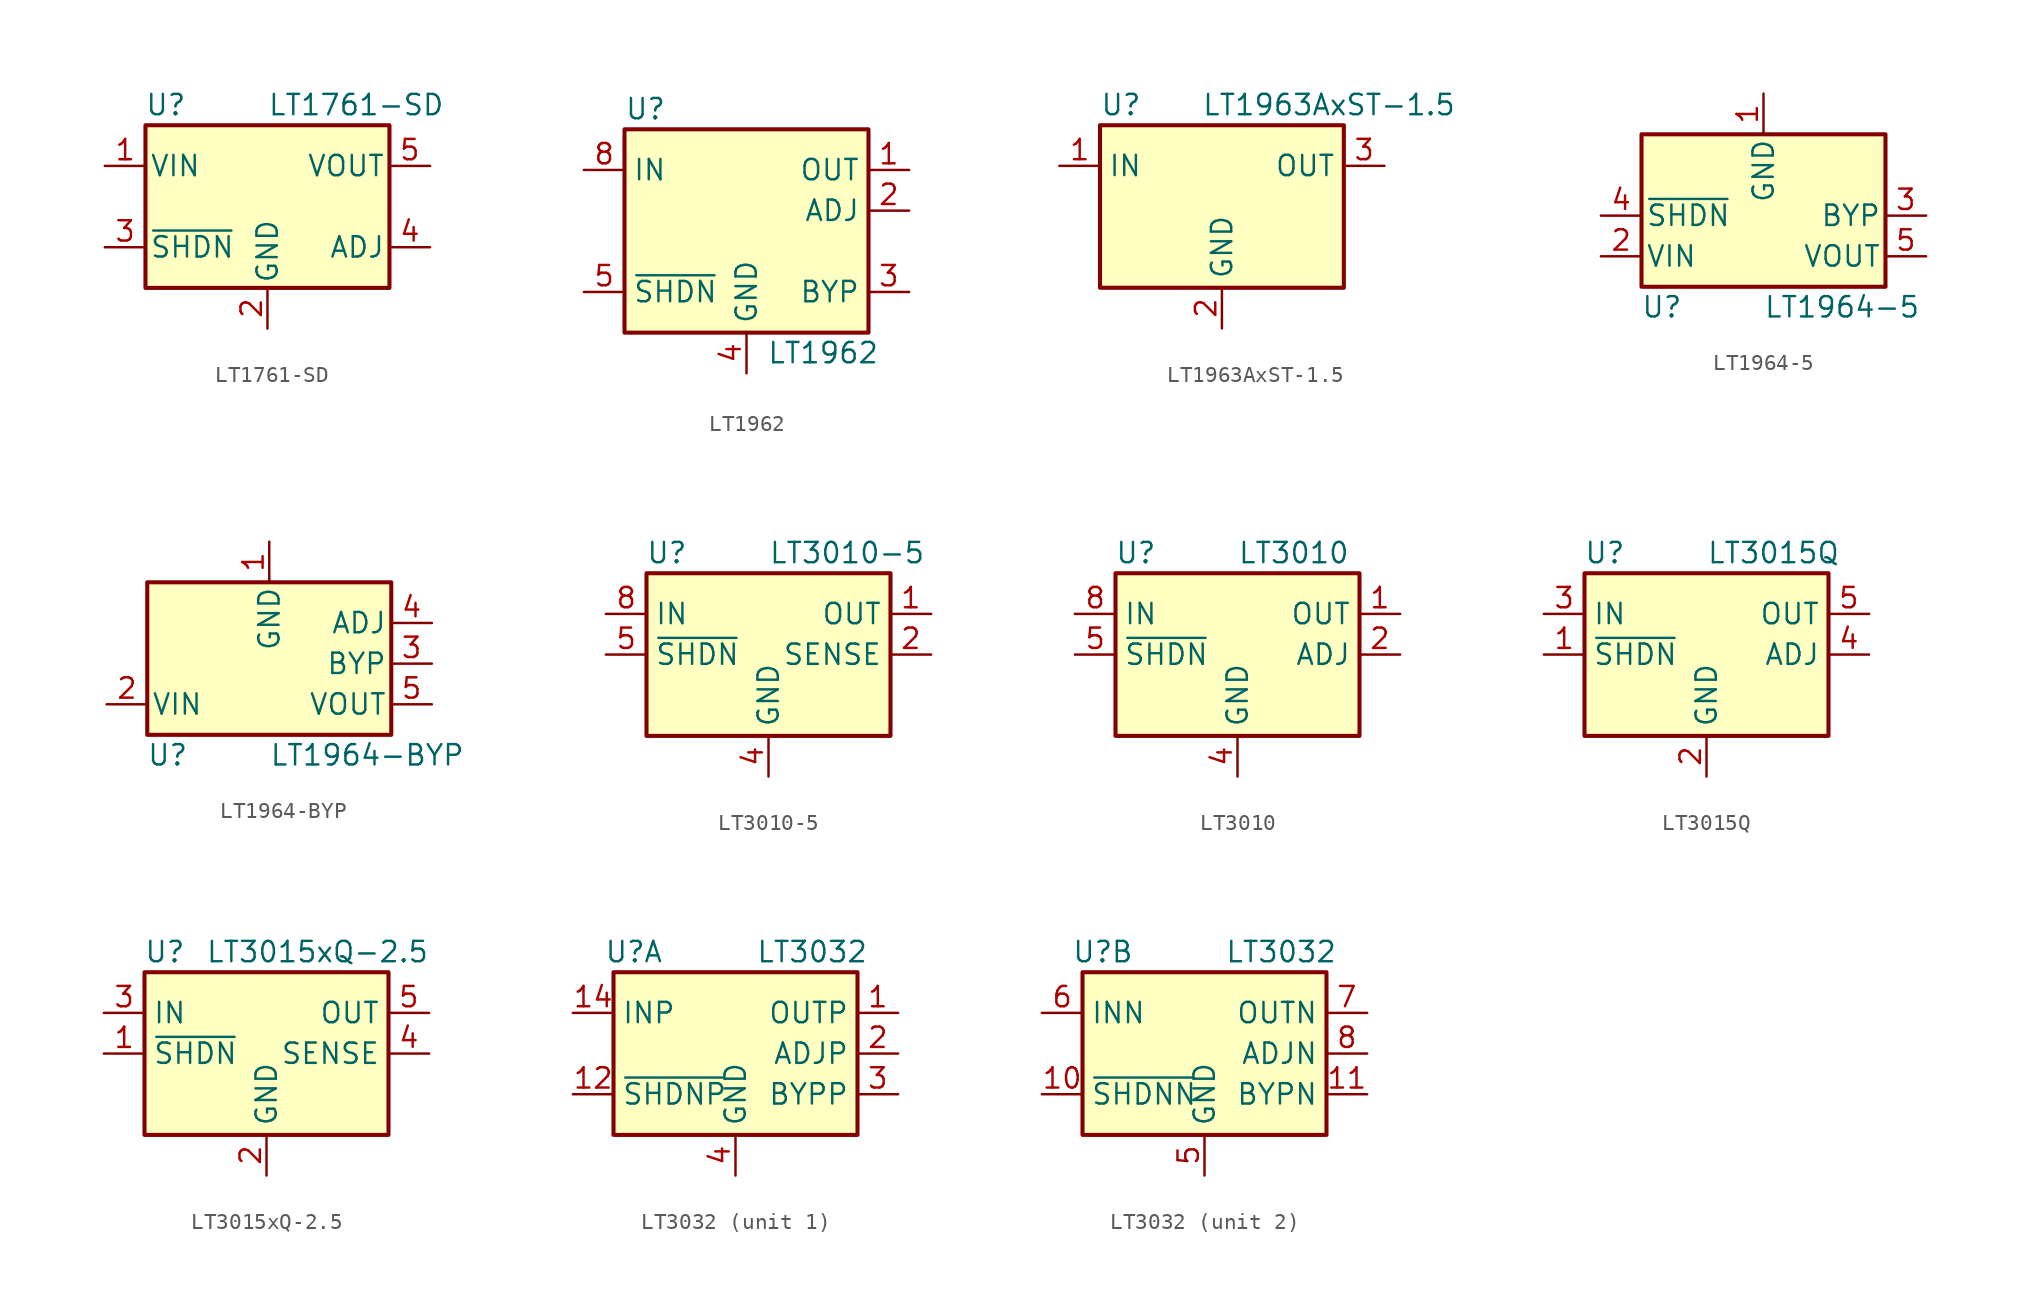
<source format=kicad_sym>
(kicad_symbol_lib
  (version 20201005)
  (generator kicad_symbol_editor)
  (symbol "LT1761-SD"
    (pin_names
      (offset 0.254))
    (property "Reference" "U"
      (at -6.35 6.35 0)
      (effects (font (size 1.27 1.27))))
    (property "Value" "LT1761-SD"
      (at 0 6.35 0)
      (effects (font (size 1.27 1.27)) (justify left)))
    (symbol "LT1761-SD_0_1"
      (rectangle (start -7.62 5.08) (end 7.62 -5.08) (stroke (width 0.254)) (fill (type background))))
    (symbol "LT1761-SD_1_1"
      (pin power_in line (at -10.16 2.54 0) (length 2.54) (name "VIN" (effects (font (size 1.27 1.27)))) (number "1" (effects (font (size 1.27 1.27)))))
      (pin power_in line (at 0 -7.62 90) (length 2.54) (name "GND" (effects (font (size 1.27 1.27)))) (number "2" (effects (font (size 1.27 1.27)))))
      (pin input line (at -10.16 -2.54 0) (length 2.54) (name "~SHDN" (effects (font (size 1.27 1.27)))) (number "3" (effects (font (size 1.27 1.27)))))
      (pin input line (at 10.16 -2.54 180) (length 2.54) (name "ADJ" (effects (font (size 1.27 1.27)))) (number "4" (effects (font (size 1.27 1.27)))))
      (pin power_out line (at 10.16 2.54 180) (length 2.54) (name "VOUT" (effects (font (size 1.27 1.27)))) (number "5" (effects (font (size 1.27 1.27)))))))
  (symbol "LT1962"
    (property "Reference" "U"
      (at -7.62 8.89 0)
      (effects (font (size 1.27 1.27)) (justify left)))
    (property "Value" "LT1962"
      (at 1.27 -6.35 0)
      (effects (font (size 1.27 1.27)) (justify left)))
    (symbol "LT1962_0_1"
      (rectangle (start -7.62 7.62) (end 7.62 -5.08) (stroke (width 0.254)) (fill (type background))))
    (symbol "LT1962_1_1"
      (pin power_out line (at 10.16 5.08 180) (length 2.54) (name "OUT" (effects (font (size 1.27 1.27)))) (number "1" (effects (font (size 1.27 1.27)))))
      (pin input line (at 10.16 2.54 180) (length 2.54) (name "ADJ" (effects (font (size 1.27 1.27)))) (number "2" (effects (font (size 1.27 1.27)))))
      (pin passive line (at 10.16 -2.54 180) (length 2.54) (name "BYP" (effects (font (size 1.27 1.27)))) (number "3" (effects (font (size 1.27 1.27)))))
      (pin power_in line (at 0 -7.62 90) (length 2.54) (name "GND" (effects (font (size 1.27 1.27)))) (number "4" (effects (font (size 1.27 1.27)))))
      (pin input line (at -10.16 -2.54 0) (length 2.54) (name "~SHDN" (effects (font (size 1.27 1.27)))) (number "5" (effects (font (size 1.27 1.27)))))
      (pin no_connect line (at 2.54 5.08 90) (length 2.54) hide (name "NC" (effects (font (size 1.27 1.27)))) (number "6" (effects (font (size 1.27 1.27)))))
      (pin no_connect line (at 2.54 2.54 90) (length 2.54) hide (name "NC" (effects (font (size 1.27 1.27)))) (number "7" (effects (font (size 1.27 1.27)))))
      (pin power_in line (at -10.16 5.08 0) (length 2.54) (name "IN" (effects (font (size 1.27 1.27)))) (number "8" (effects (font (size 1.27 1.27)))))))
  (symbol "LT1963AxST-1.5"
    (property "Reference" "U"
      (at -7.62 6.35 0)
      (effects (font (size 1.27 1.27)) (justify left)))
    (property "Value" "LT1963AxST-1.5"
      (at -1.27 6.35 0)
      (effects (font (size 1.27 1.27)) (justify left)))
    (symbol "LT1963AxST-1.5_0_1"
      (rectangle (start -7.62 5.08) (end 7.62 -5.08) (stroke (width 0.254)) (fill (type background))))
    (symbol "LT1963AxST-1.5_1_1"
      (pin power_in line (at -10.16 2.54 0) (length 2.54) (name "IN" (effects (font (size 1.27 1.27)))) (number "1" (effects (font (size 1.27 1.27)))))
      (pin power_in line (at 0 -7.62 90) (length 2.54) (name "GND" (effects (font (size 1.27 1.27)))) (number "2" (effects (font (size 1.27 1.27)))))
      (pin power_out line (at 10.16 2.54 180) (length 2.54) (name "OUT" (effects (font (size 1.27 1.27)))) (number "3" (effects (font (size 1.27 1.27)))))))
  (symbol "LT1964-5"
    (pin_names
      (offset 0.254))
    (property "Reference" "U"
      (at -6.35 -5.715 0)
      (effects (font (size 1.27 1.27))))
    (property "Value" "LT1964-5"
      (at 0 -5.715 0)
      (effects (font (size 1.27 1.27)) (justify left)))
    (symbol "LT1964-5_0_1"
      (rectangle (start -7.62 5.08) (end 7.62 -4.445) (stroke (width 0.254)) (fill (type background))))
    (symbol "LT1964-5_1_1"
      (pin power_in line (at 0 7.62 270) (length 2.54) (name "GND" (effects (font (size 1.27 1.27)))) (number "1" (effects (font (size 1.27 1.27)))))
      (pin power_in line (at -10.16 -2.54 0) (length 2.54) (name "VIN" (effects (font (size 1.27 1.27)))) (number "2" (effects (font (size 1.27 1.27)))))
      (pin passive line (at 10.16 0 180) (length 2.54) (name "BYP" (effects (font (size 1.27 1.27)))) (number "3" (effects (font (size 1.27 1.27)))))
      (pin input line (at -10.16 0 0) (length 2.54) (name "~SHDN" (effects (font (size 1.27 1.27)))) (number "4" (effects (font (size 1.27 1.27)))))
      (pin power_out line (at 10.16 -2.54 180) (length 2.54) (name "VOUT" (effects (font (size 1.27 1.27)))) (number "5" (effects (font (size 1.27 1.27)))))))
  (symbol "LT1964-BYP"
    (pin_names
      (offset 0.254))
    (property "Reference" "U"
      (at -6.35 -5.715 0)
      (effects (font (size 1.27 1.27))))
    (property "Value" "LT1964-BYP"
      (at 0 -5.715 0)
      (effects (font (size 1.27 1.27)) (justify left)))
    (symbol "LT1964-BYP_0_1"
      (rectangle (start -7.62 5.08) (end 7.62 -4.445) (stroke (width 0.254)) (fill (type background))))
    (symbol "LT1964-BYP_1_1"
      (pin power_in line (at 0 7.62 270) (length 2.54) (name "GND" (effects (font (size 1.27 1.27)))) (number "1" (effects (font (size 1.27 1.27)))))
      (pin power_in line (at -10.16 -2.54 0) (length 2.54) (name "VIN" (effects (font (size 1.27 1.27)))) (number "2" (effects (font (size 1.27 1.27)))))
      (pin passive line (at 10.16 0 180) (length 2.54) (name "BYP" (effects (font (size 1.27 1.27)))) (number "3" (effects (font (size 1.27 1.27)))))
      (pin input line (at 10.16 2.54 180) (length 2.54) (name "ADJ" (effects (font (size 1.27 1.27)))) (number "4" (effects (font (size 1.27 1.27)))))
      (pin power_out line (at 10.16 -2.54 180) (length 2.54) (name "VOUT" (effects (font (size 1.27 1.27)))) (number "5" (effects (font (size 1.27 1.27)))))))
  (symbol "LT3010-5"
    (property "Reference" "U"
      (at -6.35 6.35 0)
      (effects (font (size 1.27 1.27))))
    (property "Value" "LT3010-5"
      (at 0 6.35 0)
      (effects (font (size 1.27 1.27)) (justify left)))
    (symbol "LT3010-5_0_1"
      (rectangle (start -7.62 5.08) (end 7.62 -5.08) (stroke (width 0.254)) (fill (type background))))
    (symbol "LT3010-5_1_1"
      (pin power_out line (at 10.16 2.54 180) (length 2.54) (name "OUT" (effects (font (size 1.27 1.27)))) (number "1" (effects (font (size 1.27 1.27)))))
      (pin passive line (at 10.16 0 180) (length 2.54) (name "SENSE" (effects (font (size 1.27 1.27)))) (number "2" (effects (font (size 1.27 1.27)))))
      (pin no_connect line (at -7.62 -2.54 0) (length 2.54) hide (name "NC" (effects (font (size 1.27 1.27)))) (number "3" (effects (font (size 1.27 1.27)))))
      (pin power_in line (at 0 -7.62 90) (length 2.54) (name "GND" (effects (font (size 1.27 1.27)))) (number "4" (effects (font (size 1.27 1.27)))))
      (pin input line (at -10.16 0 0) (length 2.54) (name "~SHDN" (effects (font (size 1.27 1.27)))) (number "5" (effects (font (size 1.27 1.27)))))
      (pin no_connect line (at 7.62 -2.54 180) (length 2.54) hide (name "NC" (effects (font (size 1.27 1.27)))) (number "6" (effects (font (size 1.27 1.27)))))
      (pin no_connect line (at 2.54 -5.08 90) (length 2.54) hide (name "NC" (effects (font (size 1.27 1.27)))) (number "7" (effects (font (size 1.27 1.27)))))
      (pin power_in line (at -10.16 2.54 0) (length 2.54) (name "IN" (effects (font (size 1.27 1.27)))) (number "8" (effects (font (size 1.27 1.27)))))
      (pin passive line (at 0 -7.62 90) (length 2.54) hide (name "GND" (effects (font (size 1.27 1.27)))) (number "9" (effects (font (size 1.27 1.27)))))))
  (symbol "LT3010"
    (property "Reference" "U"
      (at -6.35 6.35 0)
      (effects (font (size 1.27 1.27))))
    (property "Value" "LT3010"
      (at 0 6.35 0)
      (effects (font (size 1.27 1.27)) (justify left)))
    (symbol "LT3010_0_1"
      (rectangle (start -7.62 5.08) (end 7.62 -5.08) (stroke (width 0.254)) (fill (type background))))
    (symbol "LT3010_1_1"
      (pin power_out line (at 10.16 2.54 180) (length 2.54) (name "OUT" (effects (font (size 1.27 1.27)))) (number "1" (effects (font (size 1.27 1.27)))))
      (pin input line (at 10.16 0 180) (length 2.54) (name "ADJ" (effects (font (size 1.27 1.27)))) (number "2" (effects (font (size 1.27 1.27)))))
      (pin no_connect line (at -7.62 -2.54 0) (length 2.54) hide (name "NC" (effects (font (size 1.27 1.27)))) (number "3" (effects (font (size 1.27 1.27)))))
      (pin power_in line (at 0 -7.62 90) (length 2.54) (name "GND" (effects (font (size 1.27 1.27)))) (number "4" (effects (font (size 1.27 1.27)))))
      (pin input line (at -10.16 0 0) (length 2.54) (name "~SHDN" (effects (font (size 1.27 1.27)))) (number "5" (effects (font (size 1.27 1.27)))))
      (pin no_connect line (at 7.62 -2.54 180) (length 2.54) hide (name "NC" (effects (font (size 1.27 1.27)))) (number "6" (effects (font (size 1.27 1.27)))))
      (pin no_connect line (at 2.54 -5.08 90) (length 2.54) hide (name "NC" (effects (font (size 1.27 1.27)))) (number "7" (effects (font (size 1.27 1.27)))))
      (pin power_in line (at -10.16 2.54 0) (length 2.54) (name "IN" (effects (font (size 1.27 1.27)))) (number "8" (effects (font (size 1.27 1.27)))))
      (pin passive line (at 0 -7.62 90) (length 2.54) hide (name "GND" (effects (font (size 1.27 1.27)))) (number "9" (effects (font (size 1.27 1.27)))))))
  (symbol "LT3015Q"
    (property "Reference" "U"
      (at -6.35 6.35 0)
      (effects (font (size 1.27 1.27))))
    (property "Value" "LT3015Q"
      (at 0 6.35 0)
      (effects (font (size 1.27 1.27)) (justify left)))
    (symbol "LT3015Q_0_1"
      (rectangle (start -7.62 5.08) (end 7.62 -5.08) (stroke (width 0.254)) (fill (type background))))
    (symbol "LT3015Q_1_1"
      (pin input line (at -10.16 0 0) (length 2.54) (name "~SHDN" (effects (font (size 1.27 1.27)))) (number "1" (effects (font (size 1.27 1.27)))))
      (pin power_in line (at 0 -7.62 90) (length 2.54) (name "GND" (effects (font (size 1.27 1.27)))) (number "2" (effects (font (size 1.27 1.27)))))
      (pin power_in line (at -10.16 2.54 0) (length 2.54) (name "IN" (effects (font (size 1.27 1.27)))) (number "3" (effects (font (size 1.27 1.27)))))
      (pin input line (at 10.16 0 180) (length 2.54) (name "ADJ" (effects (font (size 1.27 1.27)))) (number "4" (effects (font (size 1.27 1.27)))))
      (pin power_out line (at 10.16 2.54 180) (length 2.54) (name "OUT" (effects (font (size 1.27 1.27)))) (number "5" (effects (font (size 1.27 1.27)))))))
  (symbol "LT3015xQ-2.5"
    (property "Reference" "U"
      (at -6.35 6.35 0)
      (effects (font (size 1.27 1.27))))
    (property "Value" "LT3015xQ-2.5"
      (at -3.81 6.35 0)
      (effects (font (size 1.27 1.27)) (justify left)))
    (symbol "LT3015xQ-2.5_0_1"
      (rectangle (start -7.62 5.08) (end 7.62 -5.08) (stroke (width 0.254)) (fill (type background))))
    (symbol "LT3015xQ-2.5_1_1"
      (pin input line (at -10.16 0 0) (length 2.54) (name "~SHDN" (effects (font (size 1.27 1.27)))) (number "1" (effects (font (size 1.27 1.27)))))
      (pin power_in line (at 0 -7.62 90) (length 2.54) (name "GND" (effects (font (size 1.27 1.27)))) (number "2" (effects (font (size 1.27 1.27)))))
      (pin power_in line (at -10.16 2.54 0) (length 2.54) (name "IN" (effects (font (size 1.27 1.27)))) (number "3" (effects (font (size 1.27 1.27)))))
      (pin input line (at 10.16 0 180) (length 2.54) (name "SENSE" (effects (font (size 1.27 1.27)))) (number "4" (effects (font (size 1.27 1.27)))))
      (pin power_out line (at 10.16 2.54 180) (length 2.54) (name "OUT" (effects (font (size 1.27 1.27)))) (number "5" (effects (font (size 1.27 1.27)))))))
  (symbol "LT3032"
    (property "Reference" "U"
      (at -6.35 6.35 0)
      (effects (font (size 1.27 1.27))))
    (property "Value" "LT3032"
      (at 1.27 6.35 0)
      (effects (font (size 1.27 1.27)) (justify left)))
    (property "ki_locked" ""
      (at 0 0 0)
      (effects (font (size 1.27 1.27))))
    (symbol "LT3032_0_1"
      (rectangle (start -7.62 5.08) (end 7.62 -5.08) (stroke (width 0.254)) (fill (type background))))
    (symbol "LT3032_1_1"
      (pin power_out line (at 10.16 2.54 180) (length 2.54) (name "OUTP" (effects (font (size 1.27 1.27)))) (number "1" (effects (font (size 1.27 1.27)))))
      (pin input line (at -10.16 -2.54 0) (length 2.54) (name "~SHDNP" (effects (font (size 1.27 1.27)))) (number "12" (effects (font (size 1.27 1.27)))))
      (pin no_connect line (at 7.62 -5.08 180) (length 2.54) hide (name "NC" (effects (font (size 1.27 1.27)))) (number "13" (effects (font (size 1.27 1.27)))))
      (pin power_in line (at -10.16 2.54 0) (length 2.54) (name "INP" (effects (font (size 1.27 1.27)))) (number "14" (effects (font (size 1.27 1.27)))))
      (pin input line (at 10.16 0 180) (length 2.54) (name "ADJP" (effects (font (size 1.27 1.27)))) (number "2" (effects (font (size 1.27 1.27)))))
      (pin passive line (at 10.16 -2.54 180) (length 2.54) (name "BYPP" (effects (font (size 1.27 1.27)))) (number "3" (effects (font (size 1.27 1.27)))))
      (pin power_in line (at 0 -7.62 90) (length 2.54) (name "GND" (effects (font (size 1.27 1.27)))) (number "4" (effects (font (size 1.27 1.27))))))
    (symbol "LT3032_2_1"
      (pin input line (at -10.16 -2.54 0) (length 2.54) (name "~SHDNN" (effects (font (size 1.27 1.27)))) (number "10" (effects (font (size 1.27 1.27)))))
      (pin passive line (at 10.16 -2.54 180) (length 2.54) (name "BYPN" (effects (font (size 1.27 1.27)))) (number "11" (effects (font (size 1.27 1.27)))))
      (pin power_in line (at 0 -7.62 90) (length 2.54) (name "GND" (effects (font (size 1.27 1.27)))) (number "5" (effects (font (size 1.27 1.27)))))
      (pin power_in line (at -10.16 2.54 0) (length 2.54) (name "INN" (effects (font (size 1.27 1.27)))) (number "6" (effects (font (size 1.27 1.27)))))
      (pin power_out line (at 10.16 2.54 180) (length 2.54) (name "OUTN" (effects (font (size 1.27 1.27)))) (number "7" (effects (font (size 1.27 1.27)))))
      (pin input line (at 10.16 0 180) (length 2.54) (name "ADJN" (effects (font (size 1.27 1.27)))) (number "8" (effects (font (size 1.27 1.27)))))
      (pin passive line (at -10.16 2.54 0) (length 2.54) hide (name "INN" (effects (font (size 1.27 1.27)))) (number "9" (effects (font (size 1.27 1.27))))))))
</source>
